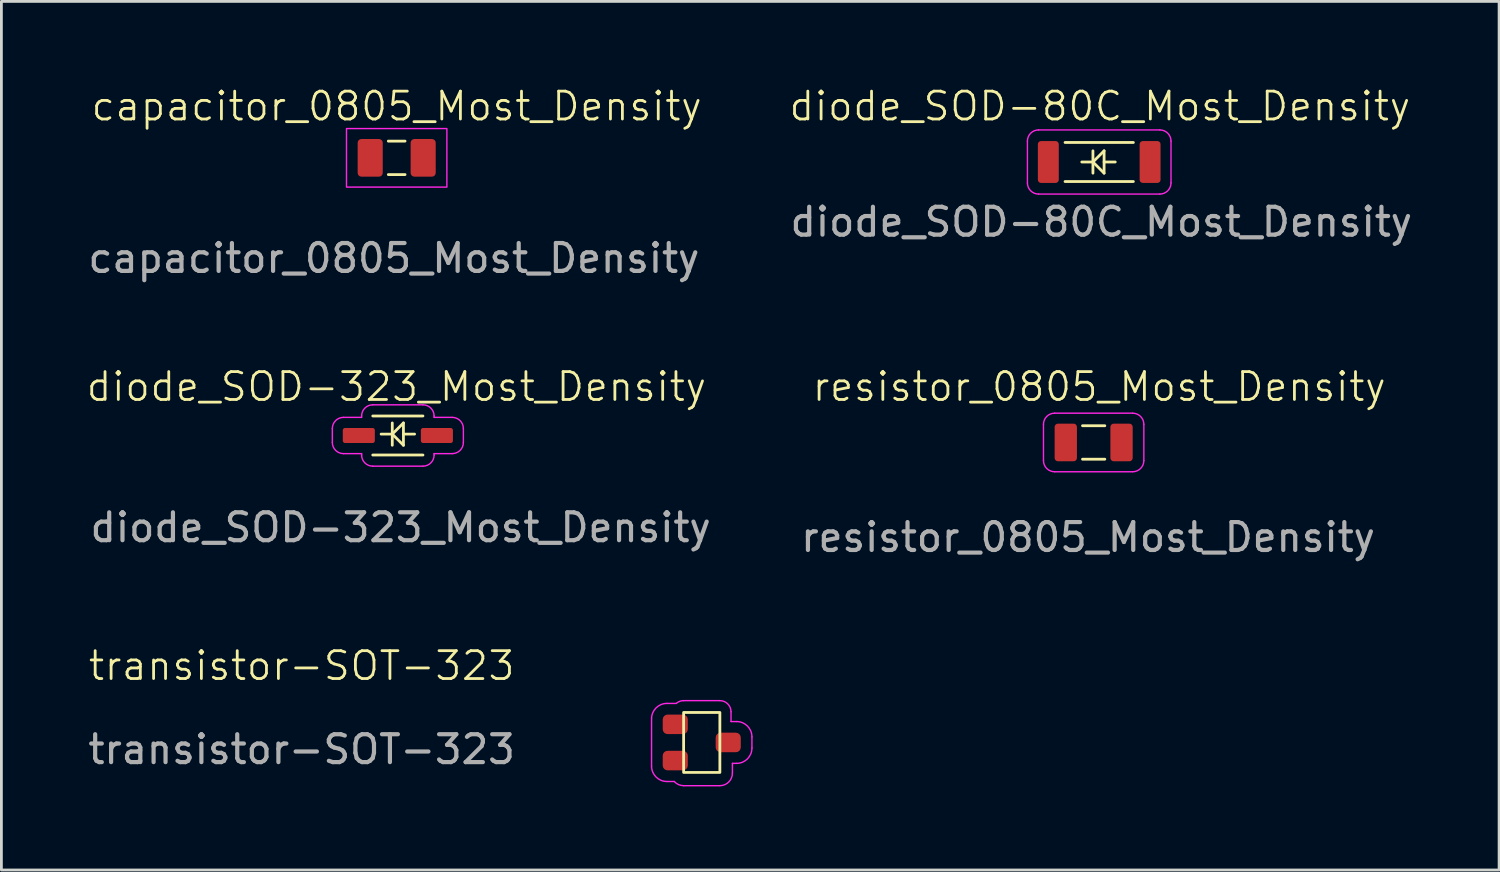
<source format=kicad_pcb>
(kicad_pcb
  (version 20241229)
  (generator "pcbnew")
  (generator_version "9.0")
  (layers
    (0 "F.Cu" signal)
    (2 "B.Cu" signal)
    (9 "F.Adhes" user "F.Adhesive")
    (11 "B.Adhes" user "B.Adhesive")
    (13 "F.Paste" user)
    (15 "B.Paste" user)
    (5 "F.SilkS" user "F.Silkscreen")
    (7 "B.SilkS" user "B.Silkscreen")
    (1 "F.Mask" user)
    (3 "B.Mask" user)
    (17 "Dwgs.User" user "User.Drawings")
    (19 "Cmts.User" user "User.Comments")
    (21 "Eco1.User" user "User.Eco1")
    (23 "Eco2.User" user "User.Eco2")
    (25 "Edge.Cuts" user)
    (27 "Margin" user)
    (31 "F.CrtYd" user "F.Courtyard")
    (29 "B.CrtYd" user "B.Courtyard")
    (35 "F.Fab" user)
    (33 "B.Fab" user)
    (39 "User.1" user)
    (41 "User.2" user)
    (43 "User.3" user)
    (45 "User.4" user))
  (footprint "transistor-SOT-323"
    (layer "F.Cu")
    (at 21.168 22.928)
    (property "Reference" "transistor-SOT-323" (at -13.4 -2.1 0) (unlocked yes) (layer "F.SilkS") (effects (font (size 1 1) (thickness 0.1))))
    (attr smd)
    (fp_rect (start 0.3 -0.425) (end 1.6 1.725) (stroke (width 0.1) (type solid)) (fill no) (layer "F.SilkS"))
    (fp_line (start -0.85 -0.2) (end -0.85 1.5) (stroke (width 0.05) (type default)) (layer "F.CrtYd"))
    (fp_line (start -0.3 -0.75) (end 0.035 -0.75) (stroke (width 0.05) (type default)) (layer "F.CrtYd"))
    (fp_line (start -0.3 2.05) (end -0.035 2.05) (stroke (width 0.05) (type default)) (layer "F.CrtYd"))
    (fp_line (start 0.3 -0.85) (end 1.6 -0.85) (stroke (width 0.05) (type default)) (layer "F.CrtYd"))
    (fp_line (start 0.3 2.2) (end 1.6 2.2) (stroke (width 0.05) (type default)) (layer "F.CrtYd"))
    (fp_line (start 2 -0.1) (end 2 -0.45) (stroke (width 0.05) (type default)) (layer "F.CrtYd"))
    (fp_line (start 2.05 1.4) (end 2.2 1.4) (stroke (width 0.05) (type default)) (layer "F.CrtYd"))
    (fp_line (start 2.05 1.75) (end 2.05 1.4) (stroke (width 0.05) (type default)) (layer "F.CrtYd"))
    (fp_line (start 2.2 -0.1) (end 2 -0.1) (stroke (width 0.05) (type default)) (layer "F.CrtYd"))
    (fp_line (start 2.75 0.85) (end 2.75 0.45) (stroke (width 0.05) (type default)) (layer "F.CrtYd"))
    (fp_arc (start -0.85 -0.2) (mid -0.688909 -0.588909) (end -0.3 -0.75) (stroke (width 0.05) (type default)) (layer "F.CrtYd"))
    (fp_arc (start -0.3 2.05) (mid -0.688909 1.888909) (end -0.85 1.5) (stroke (width 0.05) (type default)) (layer "F.CrtYd"))
    (fp_arc (start 0.043926 -0.757289) (mid 0.16383 -0.826109) (end 0.3 -0.85) (stroke (width 0.05) (type default)) (layer "F.CrtYd"))
    (fp_arc (start 0.3 2.2) (mid 0.116288 2.160792) (end -0.03541 2.05) (stroke (width 0.05) (type default)) (layer "F.CrtYd"))
    (fp_arc (start 1.6 -0.85) (mid 1.882843 -0.732843) (end 2 -0.45) (stroke (width 0.05) (type default)) (layer "F.CrtYd"))
    (fp_arc (start 2.05 1.75) (mid 1.918198 2.068198) (end 1.6 2.2) (stroke (width 0.05) (type default)) (layer "F.CrtYd"))
    (fp_arc (start 2.2 -0.1) (mid 2.588909 0.061091) (end 2.75 0.45) (stroke (width 0.05) (type default)) (layer "F.CrtYd"))
    (fp_arc (start 2.75 0.85) (mid 2.588909 1.238909) (end 2.2 1.4) (stroke (width 0.05) (type default)) (layer "F.CrtYd"))
    (fp_text user "${REFERENCE}" (at -13.4 0.9 0) (unlocked yes) (layer "F.Fab") (effects (font (size 1 1) (thickness 0.15))))
    (pad "1" smd roundrect (at 0 0) (size 0.9 0.7) (property pad_prop_heatsink) (layers "F.Cu" "F.Mask" "F.Paste") (roundrect_rratio 0.25))
    (pad "2" smd roundrect (at 0 1.3) (size 0.9 0.7) (property pad_prop_heatsink) (layers "F.Cu" "F.Mask" "F.Paste") (roundrect_rratio 0.25))
    (pad "3" smd roundrect (at 1.9 0.65) (size 0.9 0.7) (property pad_prop_heatsink) (layers "F.Cu" "F.Mask" "F.Paste") (roundrect_rratio 0.25)))
  (footprint "diode_SOD-323_Most_Density"
    (layer "F.Cu")
    (at 9.819 12.569)
    (property "Reference" "diode_SOD-323_Most_Density" (at 1.35 -1.75 0) (unlocked yes) (layer "F.SilkS") (effects (font (size 1 1) (thickness 0.1))))
    (attr smd)
    (fp_line (start 0.5 -0.7) (end 2.3 -0.7) (stroke (width 0.1) (type solid)) (layer "F.SilkS"))
    (fp_line (start 0.5 0.7) (end 2.3 0.7) (stroke (width 0.1) (type solid)) (layer "F.SilkS"))
    (fp_line (start 1.2 -0.45) (end 1.2 0.35) (stroke (width 0.1) (type default)) (layer "F.SilkS"))
    (fp_line (start 1.2 -0.05) (end 0.8 -0.05) (stroke (width 0.1) (type default)) (layer "F.SilkS"))
    (fp_line (start 1.2 -0.05) (end 1.6 -0.45) (stroke (width 0.1) (type default)) (layer "F.SilkS"))
    (fp_line (start 1.6 -0.45) (end 1.6 0.35) (stroke (width 0.1) (type default)) (layer "F.SilkS"))
    (fp_line (start 1.6 -0.05) (end 2 -0.05) (stroke (width 0.1) (type default)) (layer "F.SilkS"))
    (fp_line (start 1.6 0.35) (end 1.2 -0.05) (stroke (width 0.1) (type default)) (layer "F.SilkS"))
    (fp_line (start -0.95 -0.25) (end -0.95 0.25) (stroke (width 0.05) (type default)) (layer "F.CrtYd"))
    (fp_line (start -0.55 -0.65) (end 0.1 -0.65) (stroke (width 0.05) (type default)) (layer "F.CrtYd"))
    (fp_line (start -0.55 0.65) (end 0.1 0.65) (stroke (width 0.05) (type default)) (layer "F.CrtYd"))
    (fp_line (start 0.1 -0.65) (end 0.1 -0.7) (stroke (width 0.05) (type default)) (layer "F.CrtYd"))
    (fp_line (start 0.1 0.65) (end 0.1 0.7) (stroke (width 0.05) (type default)) (layer "F.CrtYd"))
    (fp_line (start 0.5 -1.1) (end 2.3 -1.1) (stroke (width 0.05) (type default)) (layer "F.CrtYd"))
    (fp_line (start 0.5 1.1) (end 2.3 1.1) (stroke (width 0.05) (type default)) (layer "F.CrtYd"))
    (fp_line (start 2.7 -0.7) (end 2.7 -0.65) (stroke (width 0.05) (type default)) (layer "F.CrtYd"))
    (fp_line (start 2.7 -0.65) (end 3.35 -0.65) (stroke (width 0.05) (type default)) (layer "F.CrtYd"))
    (fp_line (start 2.7 0.65) (end 3.35 0.65) (stroke (width 0.05) (type default)) (layer "F.CrtYd"))
    (fp_line (start 2.7 0.7) (end 2.7 0.65) (stroke (width 0.05) (type default)) (layer "F.CrtYd"))
    (fp_line (start 3.75 -0.25) (end 3.75 0.25) (stroke (width 0.05) (type default)) (layer "F.CrtYd"))
    (fp_arc (start -0.95 -0.25) (mid -0.832843 -0.532843) (end -0.55 -0.65) (stroke (width 0.05) (type default)) (layer "F.CrtYd"))
    (fp_arc (start -0.55 0.65) (mid -0.832843 0.532843) (end -0.95 0.25) (stroke (width 0.05) (type default)) (layer "F.CrtYd"))
    (fp_arc (start 0.1 -0.7) (mid 0.217157 -0.982843) (end 0.5 -1.1) (stroke (width 0.05) (type default)) (layer "F.CrtYd"))
    (fp_arc (start 0.5 1.1) (mid 0.217157 0.982843) (end 0.1 0.7) (stroke (width 0.05) (type default)) (layer "F.CrtYd"))
    (fp_arc (start 2.3 -1.1) (mid 2.582843 -0.982843) (end 2.7 -0.7) (stroke (width 0.05) (type default)) (layer "F.CrtYd"))
    (fp_arc (start 2.7 0.7) (mid 2.582843 0.982843) (end 2.3 1.1) (stroke (width 0.05) (type default)) (layer "F.CrtYd"))
    (fp_arc (start 3.35 -0.65) (mid 3.632843 -0.532843) (end 3.75 -0.25) (stroke (width 0.05) (type default)) (layer "F.CrtYd"))
    (fp_arc (start 3.75 0.25) (mid 3.632843 0.532843) (end 3.35 0.65) (stroke (width 0.05) (type default)) (layer "F.CrtYd"))
    (fp_text user "${REFERENCE}" (at 1.5 3.3 0) (unlocked yes) (layer "F.Fab") (effects (font (size 1 1) (thickness 0.15))))
    (pad "A" smd roundrect (at 2.8 0) (size 1.15 0.54) (layers "F.Cu" "F.Mask" "F.Paste") (roundrect_rratio 0.15))
    (pad "C" smd roundrect (at 0 0) (size 1.15 0.54) (layers "F.Cu" "F.Mask" "F.Paste") (roundrect_rratio 0.15)))
  (footprint "diode_SOD-80C_Most_Density"
    (layer "F.Cu")
    (at 34.548 2.76)
    (property "Reference" "diode_SOD-80C_Most_Density" (at 1.85 -2 0) (unlocked yes) (layer "F.SilkS") (effects (font (size 1 1) (thickness 0.1))))
    (attr smd)
    (fp_line (start 0.6 -0.7) (end 3.05 -0.7) (stroke (width 0.1) (type default)) (layer "F.SilkS"))
    (fp_line (start 0.6 0.7) (end 3.05 0.7) (stroke (width 0.1) (type default)) (layer "F.SilkS"))
    (fp_line (start 1.6 -0.4) (end 1.6 0.4) (stroke (width 0.1) (type default)) (layer "F.SilkS"))
    (fp_line (start 1.6 0) (end 1.2 0) (stroke (width 0.1) (type default)) (layer "F.SilkS"))
    (fp_line (start 1.6 0) (end 2 -0.4) (stroke (width 0.1) (type default)) (layer "F.SilkS"))
    (fp_line (start 2 -0.4) (end 2 0.4) (stroke (width 0.1) (type default)) (layer "F.SilkS"))
    (fp_line (start 2 0) (end 2.4 0) (stroke (width 0.1) (type default)) (layer "F.SilkS"))
    (fp_line (start 2 0.4) (end 1.6 0) (stroke (width 0.1) (type default)) (layer "F.SilkS"))
    (fp_line (start -0.75 -0.75) (end -0.75 0.75) (stroke (width 0.05) (type default)) (layer "F.CrtYd"))
    (fp_line (start -0.35 -1.15) (end 4 -1.15) (stroke (width 0.05) (type default)) (layer "F.CrtYd"))
    (fp_line (start 4 1.15) (end -0.35 1.15) (stroke (width 0.05) (type default)) (layer "F.CrtYd"))
    (fp_line (start 4.4 -0.75) (end 4.4 0.75) (stroke (width 0.05) (type default)) (layer "F.CrtYd"))
    (fp_arc (start -0.75 -0.75) (mid -0.632843 -1.032843) (end -0.35 -1.15) (stroke (width 0.05) (type default)) (layer "F.CrtYd"))
    (fp_arc (start -0.35 1.15) (mid -0.632843 1.032843) (end -0.75 0.75) (stroke (width 0.05) (type default)) (layer "F.CrtYd"))
    (fp_arc (start 4 -1.15) (mid 4.282843 -1.032843) (end 4.4 -0.75) (stroke (width 0.05) (type default)) (layer "F.CrtYd"))
    (fp_arc (start 4.4 0.75) (mid 4.282843 1.032843) (end 4 1.15) (stroke (width 0.05) (type default)) (layer "F.CrtYd"))
    (fp_text user "${REFERENCE}" (at 1.9 2.15 0) (unlocked yes) (layer "F.Fab") (effects (font (size 1 1) (thickness 0.15))))
    (pad "A" smd roundrect (at 3.65 0) (size 0.75 1.5) (layers "F.Cu" "F.Mask" "F.Paste") (roundrect_rratio 0.15))
    (pad "C" smd roundrect (at 0 0) (size 0.75 1.5) (layers "F.Cu" "F.Mask" "F.Paste") (roundrect_rratio 0.15)))
  (footprint "resistor_0805_Most_Density"
    (layer "F.Cu")
    (at 35.174 12.819)
    (property "Reference" "resistor_0805_Most_Density" (at 1.2 -2 0) (unlocked yes) (layer "F.SilkS") (effects (font (size 1 1) (thickness 0.1))))
    (attr smd)
    (fp_rect (start 0.6 -0.6) (end 1.4 -0.6) (stroke (width 0.1) (type default)) (fill no) (layer "F.SilkS"))
    (fp_rect (start 0.6 0.6) (end 1.4 0.6) (stroke (width 0.1) (type default)) (fill no) (layer "F.SilkS"))
    (fp_line (start -0.8 -0.65) (end -0.8 0.65) (stroke (width 0.05) (type default)) (layer "F.CrtYd"))
    (fp_line (start -0.4 -1.05) (end 2.4 -1.05) (stroke (width 0.05) (type default)) (layer "F.CrtYd"))
    (fp_line (start 2.4 1.05) (end -0.4 1.05) (stroke (width 0.05) (type default)) (layer "F.CrtYd"))
    (fp_line (start 2.8 -0.65) (end 2.8 0.65) (stroke (width 0.05) (type default)) (layer "F.CrtYd"))
    (fp_arc (start -0.8 -0.65) (mid -0.682843 -0.932843) (end -0.4 -1.05) (stroke (width 0.05) (type default)) (layer "F.CrtYd"))
    (fp_arc (start -0.4 1.05) (mid -0.682843 0.932843) (end -0.8 0.65) (stroke (width 0.05) (type default)) (layer "F.CrtYd"))
    (fp_arc (start 2.4 -1.05) (mid 2.682843 -0.932843) (end 2.8 -0.65) (stroke (width 0.05) (type default)) (layer "F.CrtYd"))
    (fp_arc (start 2.8 0.65) (mid 2.682843 0.932843) (end 2.4 1.05) (stroke (width 0.05) (type default)) (layer "F.CrtYd"))
    (fp_text user "${REFERENCE}" (at 0.8 3.4 0) (unlocked yes) (layer "F.Fab") (effects (font (size 1 1) (thickness 0.15))))
    (pad "1" smd roundrect (at 0 0) (size 0.8 1.35) (layers "F.Cu" "F.Mask" "F.Paste") (roundrect_rratio 0.15))
    (pad "2" smd roundrect (at 2 0) (size 0.8 1.35) (layers "F.Cu" "F.Mask" "F.Paste") (roundrect_rratio 0.15)))
  (footprint "capacitor_0805_Most_Density"
    (layer "F.Cu")
    (at 10.227 2.611)
    (property "Reference" "capacitor_0805_Most_Density" (at 0.95 -1.85 0) (unlocked yes) (layer "F.SilkS") (effects (font (size 1 1) (thickness 0.1))))
    (attr smd)
    (fp_line (start 0.65 -0.6) (end 1.25 -0.6) (stroke (width 0.1) (type default)) (layer "F.SilkS"))
    (fp_line (start 0.65 0.6) (end 1.25 0.6) (stroke (width 0.1) (type default)) (layer "F.SilkS"))
    (fp_rect (start -0.85 -1.05) (end 2.75 1.05) (stroke (width 0.05) (type default)) (fill no) (layer "F.CrtYd"))
    (fp_text user "${REFERENCE}" (at 0.85 3.6 0) (unlocked yes) (layer "F.Fab") (effects (font (size 1 1) (thickness 0.15))))
    (pad "1" smd roundrect (at 0 0) (size 0.9 1.35) (layers "F.Cu" "F.Mask" "F.Paste") (roundrect_rratio 0.15))
    (pad "2" smd roundrect (at 1.9 0) (size 0.9 1.35) (layers "F.Cu" "F.Mask" "F.Paste") (roundrect_rratio 0.15)))
  (gr_rect
    (start -3 -3)
    (end 50.715 28.153)
    (stroke (width 0.1) (type default))
    (fill no)
    (layer "Edge.Cuts")))
</source>
